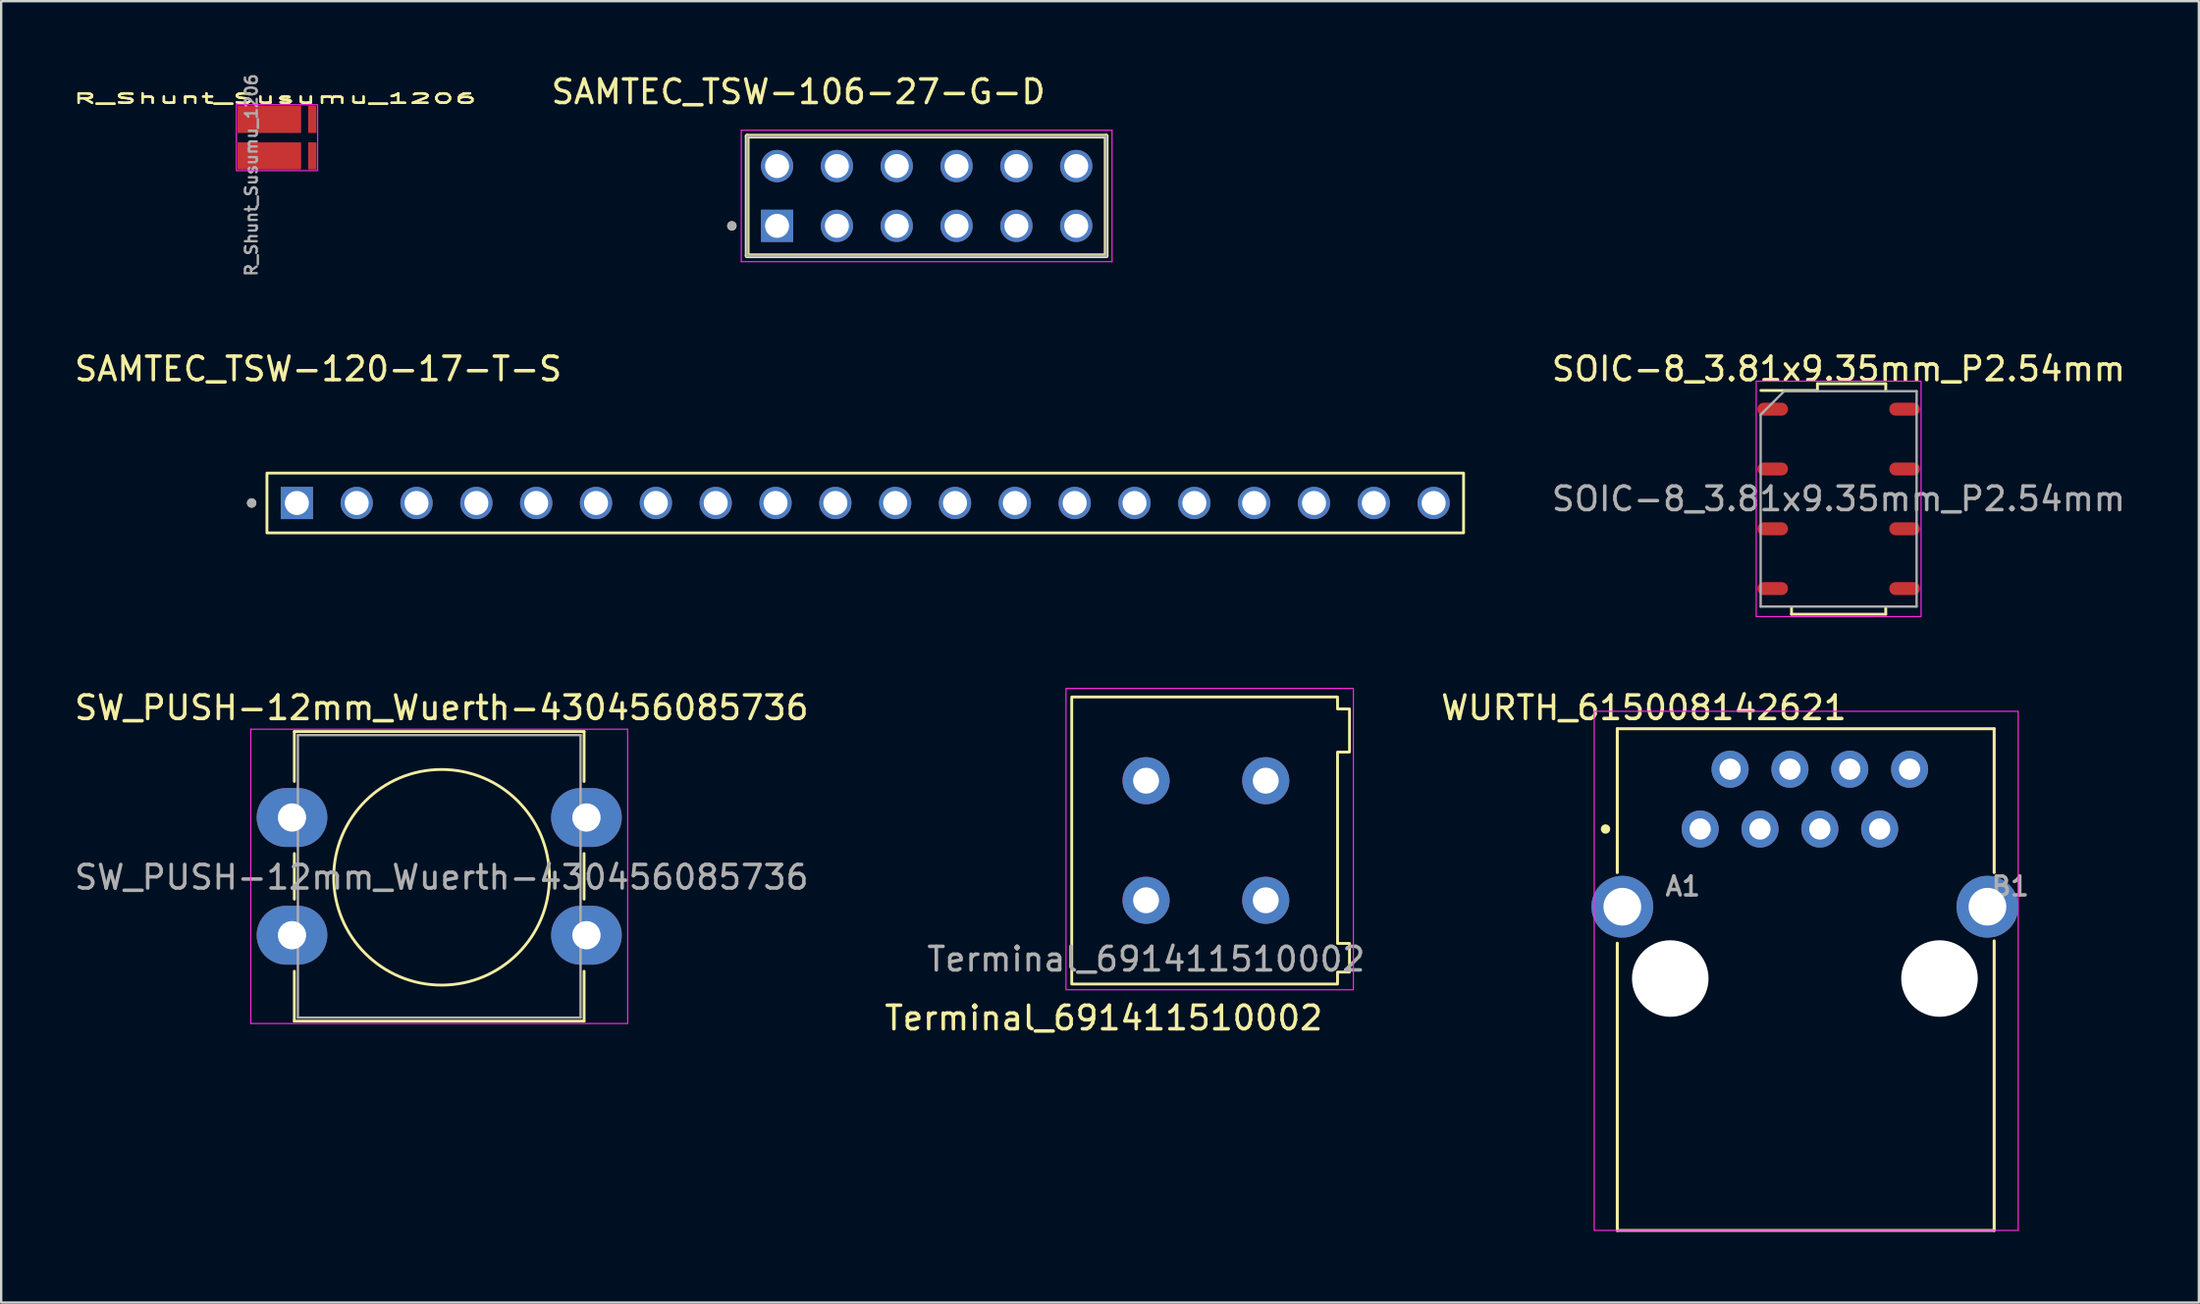
<source format=kicad_pcb>
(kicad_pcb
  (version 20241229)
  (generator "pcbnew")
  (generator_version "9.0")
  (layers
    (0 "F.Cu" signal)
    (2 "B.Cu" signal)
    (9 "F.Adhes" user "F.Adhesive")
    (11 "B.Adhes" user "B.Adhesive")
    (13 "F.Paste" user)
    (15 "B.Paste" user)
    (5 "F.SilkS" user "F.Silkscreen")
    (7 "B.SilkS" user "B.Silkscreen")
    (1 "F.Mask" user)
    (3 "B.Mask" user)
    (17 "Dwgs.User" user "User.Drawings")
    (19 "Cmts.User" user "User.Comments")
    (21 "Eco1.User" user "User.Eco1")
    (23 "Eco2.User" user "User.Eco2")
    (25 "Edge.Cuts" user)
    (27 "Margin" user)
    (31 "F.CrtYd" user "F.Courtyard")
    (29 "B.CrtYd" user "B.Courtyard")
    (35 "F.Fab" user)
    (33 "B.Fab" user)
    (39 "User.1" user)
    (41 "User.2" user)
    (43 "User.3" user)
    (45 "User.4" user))
  (footprint "WURTH_615008142621"
    (layer "F.Cu")
    (at 69.127 32.163)
    (property "Reference" "WURTH_615008142621" (at -2.393 -5.15 180) (layer "F.SilkS") (effects (font (size 1 1) (thickness 0.15))))
    (attr through_hole)
    (fp_line (start -3.519 -4.26) (end 12.481 -4.26) (stroke (width 0.127) (type solid)) (layer "F.SilkS"))
    (fp_line (start -3.519 1.85) (end -3.519 -4.26) (stroke (width 0.127) (type solid)) (layer "F.SilkS"))
    (fp_line (start -3.519 17.05) (end -3.519 4.85) (stroke (width 0.127) (type solid)) (layer "F.SilkS"))
    (fp_line (start -3.519 17.05) (end 12.481 17.05) (stroke (width 0.12) (type default)) (layer "F.SilkS"))
    (fp_line (start 12.481 1.85) (end 12.481 -4.26) (stroke (width 0.127) (type solid)) (layer "F.SilkS"))
    (fp_line (start 12.481 17.05) (end 12.481 4.75) (stroke (width 0.127) (type solid)) (layer "F.SilkS"))
    (fp_circle (center -4.019 0) (end -3.919 0) (stroke (width 0.2) (type solid)) (fill no) (layer "F.SilkS"))
    (fp_rect (start -4.5 -5) (end 13.5 17.05) (stroke (width 0.05) (type default)) (fill no) (layer "F.CrtYd"))
    (fp_text user "B1" (at 13.165 2.435 180) (layer "F.Fab") (effects (font (size 0.8 0.8) (thickness 0.15))))
    (fp_text user "A1" (at -0.735 2.435 180) (layer "F.Fab") (effects (font (size 0.8 0.8) (thickness 0.15))))
    (pad "" np_thru_hole circle (at -1.27 6.35) (size 3.25 3.25) (drill 3.25) (layers "*.Cu" "*.Mask"))
    (pad "" np_thru_hole circle (at 10.16 6.35) (size 3.25 3.25) (drill 3.25) (layers "*.Cu" "*.Mask"))
    (pad "A1" thru_hole circle (at 0 0) (size 1.575 1.575) (drill 0.9) (layers "*.Cu" "*.Mask"))
    (pad "A2" thru_hole circle (at 1.27 -2.54) (size 1.575 1.575) (drill 0.9) (layers "*.Cu" "*.Mask"))
    (pad "A3" thru_hole circle (at 2.54 0) (size 1.575 1.575) (drill 0.9) (layers "*.Cu" "*.Mask"))
    (pad "A4" thru_hole circle (at 3.81 -2.54) (size 1.575 1.575) (drill 0.9) (layers "*.Cu" "*.Mask"))
    (pad "A5" thru_hole circle (at 5.08 0) (size 1.575 1.575) (drill 0.9) (layers "*.Cu" "*.Mask"))
    (pad "A6" thru_hole circle (at 6.35 -2.54) (size 1.575 1.575) (drill 0.9) (layers "*.Cu" "*.Mask"))
    (pad "A7" thru_hole circle (at 7.62 0) (size 1.575 1.575) (drill 0.9) (layers "*.Cu" "*.Mask"))
    (pad "A8" thru_hole circle (at 8.89 -2.54) (size 1.575 1.575) (drill 0.9) (layers "*.Cu" "*.Mask"))
    (pad "S1" thru_hole circle (at -3.305 3.3) (size 2.625 2.625) (drill 1.6) (layers "*.Cu" "*.Mask"))
    (pad "S1" thru_hole circle (at 12.195 3.3) (size 2.625 2.625) (drill 1.6) (layers "*.Cu" "*.Mask")))
  (footprint "SAMTEC_TSW-106-27-G-D"
    (layer "F.Cu")
    (at 29.939 6.543)
    (property "Reference" "SAMTEC_TSW-106-27-G-D" (at 0.905 -5.695 0) (layer "F.SilkS") (effects (font (size 1 1) (thickness 0.15))))
    (attr through_hole)
    (fp_line (start -1.27 1.27) (end -1.27 -3.81) (stroke (width 0.2) (type solid)) (layer "F.SilkS"))
    (fp_line (start 13.97 -3.81) (end -1.27 -3.81) (stroke (width 0.2) (type solid)) (layer "F.SilkS"))
    (fp_line (start 13.97 -3.81) (end 13.97 1.27) (stroke (width 0.2) (type solid)) (layer "F.SilkS"))
    (fp_line (start 13.97 1.27) (end -1.27 1.27) (stroke (width 0.2) (type solid)) (layer "F.SilkS"))
    (fp_circle (center -1.92 0) (end -1.82 0) (stroke (width 0.2) (type solid)) (fill no) (layer "F.SilkS"))
    (fp_line (start -1.52 -4.06) (end 14.22 -4.06) (stroke (width 0.05) (type solid)) (layer "F.CrtYd"))
    (fp_line (start -1.52 1.52) (end -1.52 -4.06) (stroke (width 0.05) (type solid)) (layer "F.CrtYd"))
    (fp_line (start 14.22 -4.06) (end 14.22 1.52) (stroke (width 0.05) (type solid)) (layer "F.CrtYd"))
    (fp_line (start 14.22 1.52) (end -1.52 1.52) (stroke (width 0.05) (type solid)) (layer "F.CrtYd"))
    (fp_line (start -1.27 -3.81) (end 13.97 -3.81) (stroke (width 0.1) (type solid)) (layer "F.Fab"))
    (fp_line (start -1.27 1.27) (end -1.27 -3.81) (stroke (width 0.1) (type solid)) (layer "F.Fab"))
    (fp_line (start 13.97 -3.81) (end 13.97 1.27) (stroke (width 0.1) (type solid)) (layer "F.Fab"))
    (fp_line (start 13.97 1.27) (end -1.27 1.27) (stroke (width 0.1) (type solid)) (layer "F.Fab"))
    (fp_circle (center -1.92 0) (end -1.82 0) (stroke (width 0.2) (type solid)) (fill no) (layer "F.Fab"))
    (pad "01" thru_hole rect (at 0 0) (size 1.37 1.37) (drill 1.02) (layers "*.Cu" "*.Mask"))
    (pad "02" thru_hole circle (at 0 -2.54) (size 1.37 1.37) (drill 1.02) (layers "*.Cu" "*.Mask"))
    (pad "03" thru_hole circle (at 2.54 0) (size 1.37 1.37) (drill 1.02) (layers "*.Cu" "*.Mask"))
    (pad "04" thru_hole circle (at 2.54 -2.54) (size 1.37 1.37) (drill 1.02) (layers "*.Cu" "*.Mask"))
    (pad "05" thru_hole circle (at 5.08 0) (size 1.37 1.37) (drill 1.02) (layers "*.Cu" "*.Mask"))
    (pad "06" thru_hole circle (at 5.08 -2.54) (size 1.37 1.37) (drill 1.02) (layers "*.Cu" "*.Mask"))
    (pad "07" thru_hole circle (at 7.62 0) (size 1.37 1.37) (drill 1.02) (layers "*.Cu" "*.Mask"))
    (pad "08" thru_hole circle (at 7.62 -2.54) (size 1.37 1.37) (drill 1.02) (layers "*.Cu" "*.Mask"))
    (pad "09" thru_hole circle (at 10.16 0) (size 1.37 1.37) (drill 1.02) (layers "*.Cu" "*.Mask"))
    (pad "10" thru_hole circle (at 10.16 -2.54) (size 1.37 1.37) (drill 1.02) (layers "*.Cu" "*.Mask"))
    (pad "11" thru_hole circle (at 12.7 0) (size 1.37 1.37) (drill 1.02) (layers "*.Cu" "*.Mask"))
    (pad "12" thru_hole circle (at 12.7 -2.54) (size 1.37 1.37) (drill 1.02) (layers "*.Cu" "*.Mask")))
  (footprint "Terminal_691411510002"
    (layer "F.Cu")
    (at 45.604 35.19)
    (property "Reference" "Terminal_691411510002" (at -1.8 5 0) (unlocked yes) (layer "F.SilkS") (effects (font (size 1 1) (thickness 0.15))))
    (attr through_hole)
    (fp_poly (pts (xy -3.156 -8.636) (xy 8.128 -8.636) (xy 8.128 -8.128) (xy 8.636 -8.128) (xy 8.636 -6.296) (xy 8.128 -6.296) (xy 8.128 1.832) (xy 8.636 1.832) (xy 8.636 3.048) (xy 8.128 3.048) (xy 8.128 3.556) (xy -3.156 3.556)) (stroke (width 0.12) (type solid)) (fill no) (layer "F.SilkS"))
    (fp_rect (start -3.4 -9) (end 8.8 3.8) (stroke (width 0.05) (type default)) (fill no) (layer "F.CrtYd"))
    (fp_text user "${REFERENCE}" (at 0 2.5 0) (unlocked yes) (layer "F.Fab") (effects (font (size 1 1) (thickness 0.15))))
    (pad "1" thru_hole circle (at 5.08 -5.08) (size 2 2) (drill 1.1) (layers "*.Cu" "*.Mask"))
    (pad "1" thru_hole circle (at 5.08 0) (size 2 2) (drill 1.1) (layers "*.Cu" "*.Mask"))
    (pad "2" thru_hole circle (at 0 -5.08) (size 2 2) (drill 1.1) (layers "*.Cu" "*.Mask"))
    (pad "2" thru_hole circle (at 0 0) (size 2 2) (drill 1.1) (layers "*.Cu" "*.Mask")))
  (footprint "SOIC-8_3.81x9.35mm_P2.54mm"
    (layer "F.Cu")
    (at 75.005 18.14)
    (property "Reference" "SOIC-8_3.81x9.35mm_P2.54mm" (at 0 -5.52 0) (layer "F.SilkS") (effects (font (size 1 1) (thickness 0.15))))
    (attr smd)
    (fp_line (start -2 4.9) (end -2 4.61) (stroke (width 0.12) (type solid)) (layer "F.SilkS"))
    (fp_line (start -0.9 -4.89) (end -0.9 -4.605) (stroke (width 0.12) (type solid)) (layer "F.SilkS"))
    (fp_line (start -0.9 -4.605) (end -3.3 -4.605) (stroke (width 0.12) (type solid)) (layer "F.SilkS"))
    (fp_line (start 2 -4.89) (end -0.9 -4.89) (stroke (width 0.12) (type solid)) (layer "F.SilkS"))
    (fp_line (start 2 -4.89) (end 2 -4.6) (stroke (width 0.12) (type solid)) (layer "F.SilkS"))
    (fp_line (start 2 4.9) (end -2 4.9) (stroke (width 0.12) (type solid)) (layer "F.SilkS"))
    (fp_line (start 2 4.9) (end 2 4.61) (stroke (width 0.12) (type solid)) (layer "F.SilkS"))
    (fp_rect (start -3.5 -5) (end 3.5 5) (stroke (width 0.05) (type default)) (fill no) (layer "F.CrtYd"))
    (fp_line (start -3.31 -3.575) (end -2.31 -4.575) (stroke (width 0.1) (type solid)) (layer "F.Fab"))
    (fp_line (start -3.31 4.575) (end -3.31 -3.575) (stroke (width 0.1) (type solid)) (layer "F.Fab"))
    (fp_line (start -2.31 -4.575) (end 3.31 -4.575) (stroke (width 0.1) (type solid)) (layer "F.Fab"))
    (fp_line (start 3.31 -4.575) (end 3.31 4.575) (stroke (width 0.1) (type solid)) (layer "F.Fab"))
    (fp_line (start 3.31 4.575) (end -3.31 4.575) (stroke (width 0.1) (type solid)) (layer "F.Fab"))
    (fp_text user "${REFERENCE}" (at 0 0 0) (layer "F.Fab") (effects (font (size 1 1) (thickness 0.15))))
    (pad "1" smd oval (at -2.8 -3.81) (size 1.3 0.55) (layers "F.Cu" "F.Mask" "F.Paste"))
    (pad "2" smd oval (at -2.8 -1.27) (size 1.3 0.55) (layers "F.Cu" "F.Mask" "F.Paste"))
    (pad "3" smd oval (at -2.8 1.27) (size 1.3 0.55) (layers "F.Cu" "F.Mask" "F.Paste"))
    (pad "4" smd oval (at -2.8 3.81) (size 1.3 0.55) (layers "F.Cu" "F.Mask" "F.Paste"))
    (pad "5" smd oval (at 2.8 3.81) (size 1.3 0.55) (layers "F.Cu" "F.Mask" "F.Paste"))
    (pad "6" smd oval (at 2.8 1.27) (size 1.3 0.55) (layers "F.Cu" "F.Mask" "F.Paste"))
    (pad "7" smd oval (at 2.8 -1.27) (size 1.3 0.55) (layers "F.Cu" "F.Mask" "F.Paste"))
    (pad "8" smd oval (at 2.8 -3.81) (size 1.3 0.55) (layers "F.Cu" "F.Mask" "F.Paste")))
  (footprint "SW_PUSH-12mm_Wuerth-430456085736"
    (layer "F.Cu")
    (at 9.346 31.673)
    (property "Reference" "SW_PUSH-12mm_Wuerth-430456085736" (at 6.35 -4.66 180) (layer "F.SilkS") (effects (font (size 1 1) (thickness 0.15))))
    (attr through_hole)
    (fp_line (start 0.1 -3.65) (end 12.4 -3.65) (stroke (width 0.12) (type solid)) (layer "F.SilkS"))
    (fp_line (start 0.1 -1.53) (end 0.1 -3.65) (stroke (width 0.12) (type solid)) (layer "F.SilkS"))
    (fp_line (start 0.1 3.47) (end 0.1 1.53) (stroke (width 0.12) (type solid)) (layer "F.SilkS"))
    (fp_line (start 0.1 8.65) (end 0.1 6.53) (stroke (width 0.12) (type solid)) (layer "F.SilkS"))
    (fp_line (start 12.4 -3.65) (end 12.4 -1.53) (stroke (width 0.12) (type solid)) (layer "F.SilkS"))
    (fp_line (start 12.4 1.53) (end 12.4 3.47) (stroke (width 0.12) (type solid)) (layer "F.SilkS"))
    (fp_line (start 12.4 6.53) (end 12.4 8.65) (stroke (width 0.12) (type solid)) (layer "F.SilkS"))
    (fp_line (start 12.4 8.65) (end 0.1 8.65) (stroke (width 0.12) (type solid)) (layer "F.SilkS"))
    (fp_circle (center 6.35 2.54) (end 10.929 2.54) (stroke (width 0.12) (type solid)) (fill no) (layer "F.SilkS"))
    (fp_line (start -1.75 -3.75) (end -1.75 8.75) (stroke (width 0.05) (type solid)) (layer "F.CrtYd"))
    (fp_line (start -1.75 8.75) (end 14.25 8.75) (stroke (width 0.05) (type solid)) (layer "F.CrtYd"))
    (fp_line (start 14.25 -3.75) (end -1.75 -3.75) (stroke (width 0.05) (type solid)) (layer "F.CrtYd"))
    (fp_line (start 14.25 8.75) (end 14.25 -3.75) (stroke (width 0.05) (type solid)) (layer "F.CrtYd"))
    (fp_line (start 0.25 -3.5) (end 0.25 8.5) (stroke (width 0.1) (type solid)) (layer "F.Fab"))
    (fp_line (start 0.25 8.5) (end 12.25 8.5) (stroke (width 0.1) (type solid)) (layer "F.Fab"))
    (fp_line (start 12.25 -3.5) (end 0.25 -3.5) (stroke (width 0.1) (type solid)) (layer "F.Fab"))
    (fp_line (start 12.25 8.5) (end 12.25 -3.5) (stroke (width 0.1) (type solid)) (layer "F.Fab"))
    (fp_text user "${REFERENCE}" (at 6.35 2.54 180) (layer "F.Fab") (effects (font (size 1 1) (thickness 0.15))))
    (pad "1" thru_hole oval (at 0 0) (size 3 2.5) (drill 1.2) (layers "*.Cu" "*.Mask"))
    (pad "1" thru_hole oval (at 12.5 0) (size 3 2.5) (drill 1.2) (layers "*.Cu" "*.Mask"))
    (pad "2" thru_hole oval (at 0 5) (size 3 2.5) (drill 1.2) (layers "*.Cu" "*.Mask"))
    (pad "2" thru_hole oval (at 12.5 5) (size 3 2.5) (drill 1.2) (layers "*.Cu" "*.Mask")))
  (footprint "SAMTEC_TSW-120-17-T-S"
    (layer "F.Cu")
    (at 9.553 18.315)
    (property "Reference" "SAMTEC_TSW-120-17-T-S" (at 0.905 -5.695 0) (layer "F.SilkS") (effects (font (size 1 1) (thickness 0.15))))
    (attr through_hole)
    (fp_rect (start -1.27 -1.27) (end 49.53 1.27) (stroke (width 0.12) (type default)) (fill no) (layer "F.SilkS"))
    (fp_circle (center -1.92 0) (end -1.82 0) (stroke (width 0.2) (type solid)) (fill no) (layer "F.SilkS"))
    (fp_rect (start -1.7 -1.7) (end 50.1 1.6) (stroke (width 0.12) (type default)) (fill no) (layer "Margin"))
    (fp_circle (center -1.92 0) (end -1.82 0) (stroke (width 0.2) (type solid)) (fill no) (layer "F.Fab"))
    (pad "1" thru_hole rect (at 0 0) (size 1.37 1.37) (drill 1.02) (layers "*.Cu" "*.Mask"))
    (pad "2" thru_hole circle (at 2.54 0) (size 1.37 1.37) (drill 1.02) (layers "*.Cu" "*.Mask"))
    (pad "3" thru_hole circle (at 5.08 0) (size 1.37 1.37) (drill 1.02) (layers "*.Cu" "*.Mask"))
    (pad "4" thru_hole circle (at 7.62 0) (size 1.37 1.37) (drill 1.02) (layers "*.Cu" "*.Mask"))
    (pad "5" thru_hole circle (at 10.16 0) (size 1.37 1.37) (drill 1.02) (layers "*.Cu" "*.Mask"))
    (pad "6" thru_hole circle (at 12.7 0) (size 1.37 1.37) (drill 1.02) (layers "*.Cu" "*.Mask"))
    (pad "7" thru_hole circle (at 15.24 0) (size 1.37 1.37) (drill 1.02) (layers "*.Cu" "*.Mask"))
    (pad "8" thru_hole circle (at 17.78 0) (size 1.37 1.37) (drill 1.02) (layers "*.Cu" "*.Mask"))
    (pad "9" thru_hole circle (at 20.32 0) (size 1.37 1.37) (drill 1.02) (layers "*.Cu" "*.Mask"))
    (pad "10" thru_hole circle (at 22.86 0) (size 1.37 1.37) (drill 1.02) (layers "*.Cu" "*.Mask"))
    (pad "11" thru_hole circle (at 25.4 0) (size 1.37 1.37) (drill 1.02) (layers "*.Cu" "*.Mask"))
    (pad "12" thru_hole circle (at 27.94 0) (size 1.37 1.37) (drill 1.02) (layers "*.Cu" "*.Mask"))
    (pad "13" thru_hole circle (at 30.48 0) (size 1.37 1.37) (drill 1.02) (layers "*.Cu" "*.Mask"))
    (pad "14" thru_hole circle (at 33.02 0) (size 1.37 1.37) (drill 1.02) (layers "*.Cu" "*.Mask"))
    (pad "15" thru_hole circle (at 35.56 0) (size 1.37 1.37) (drill 1.02) (layers "*.Cu" "*.Mask"))
    (pad "16" thru_hole circle (at 38.1 0) (size 1.37 1.37) (drill 1.02) (layers "*.Cu" "*.Mask"))
    (pad "17" thru_hole circle (at 40.64 0) (size 1.37 1.37) (drill 1.02) (layers "*.Cu" "*.Mask"))
    (pad "18" thru_hole circle (at 43.18 0) (size 1.37 1.37) (drill 1.02) (layers "*.Cu" "*.Mask"))
    (pad "19" thru_hole circle (at 45.72 0) (size 1.37 1.37) (drill 1.02) (layers "*.Cu" "*.Mask"))
    (pad "20" thru_hole circle (at 48.26 0) (size 1.37 1.37) (drill 1.02) (layers "*.Cu" "*.Mask")))
  (footprint "R_Shunt_Susumu_1206"
    (layer "F.Cu")
    (at 7.034 4.148)
    (property "Reference" "R_Shunt_Susumu_1206" (at 1.587 -3.013 0) (layer "F.SilkS") (effects (font (size 0.4 1) (thickness 0.1))))
    (attr smd)
    (fp_rect (start -0.05 -2.75) (end 3.4 0.05) (stroke (width 0.05) (type solid)) (fill no) (layer "F.CrtYd"))
    (fp_text user "${REFERENCE}" (at 1.587 -3.013 0) (layer "F.SilkS") (effects (font (size 0.4 1) (thickness 0.1))))
    (fp_text user "${REFERENCE}" (at 0.588 0.237 90) (layer "F.Fab") (effects (font (size 0.5 0.5) (thickness 0.1))))
    (pad "1" smd rect (at 1.35 -0.575) (size 2.7 1.15) (layers "F.Cu" "F.Mask" "F.Paste"))
    (pad "2" smd rect (at 3.175 -0.575) (size 0.35 1.15) (layers "F.Cu" "F.Mask" "F.Paste"))
    (pad "3" smd rect (at 3.175 -2.125) (size 0.35 1.15) (layers "F.Cu" "F.Mask" "F.Paste"))
    (pad "4" smd rect (at 1.35 -2.125) (size 2.7 1.15) (layers "F.Cu" "F.Mask" "F.Paste")))
  (gr_rect
    (start -3 -3)
    (end 90.297 52.276)
    (stroke (width 0.1) (type default))
    (fill no)
    (layer "Edge.Cuts")))
</source>
